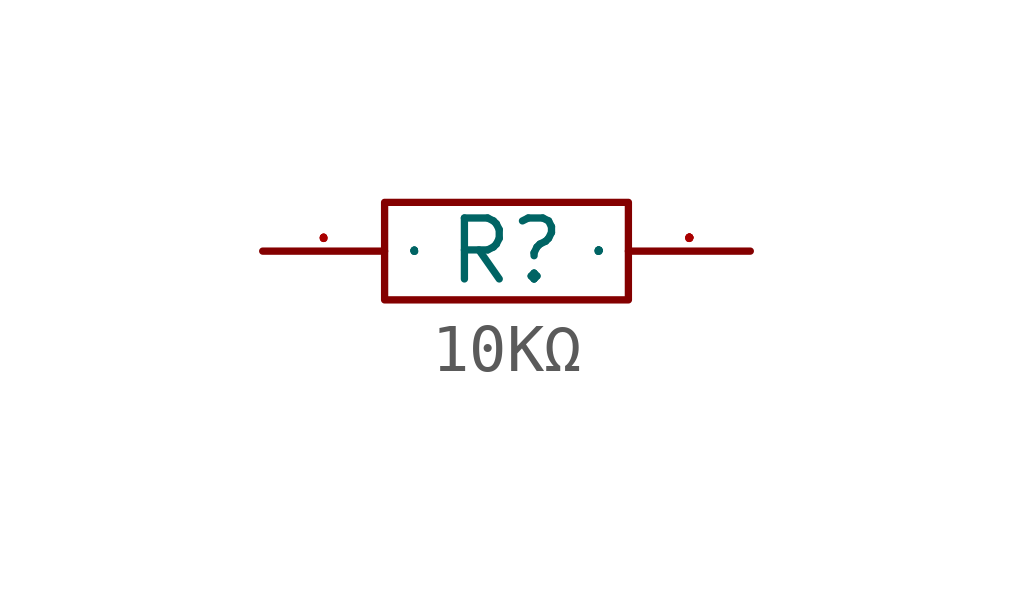
<source format=kicad_sym>
(kicad_symbol_lib
  (version 20231120)
  (generator "kicad_symbol_editor")
  (generator_version "8.0")
  (symbol "10KΩ"
    (property "Reference" "R"
      (at 0 0 0)
      (effects (font (size 1.27 1.27))))
    (property "Value" ""
      (at 0 0 0)
      (effects (font (size 1.27 1.27))))
    (symbol "10KΩ_1_0"
      (rectangle (start -2.54 -1.016) (end 2.54 1.016) (stroke (width 0) (type default)) (fill (type none)))
      (pin input line (at -5.08 0 0) (length 2.54) (name "1" (effects (font (size 0.025 0.025)))) (number "1" (effects (font (size 0.025 0.025)))))
      (pin input line (at 5.08 0 180) (length 2.54) (name "2" (effects (font (size 0.025 0.025)))) (number "2" (effects (font (size 0.025 0.025))))))))
</source>
